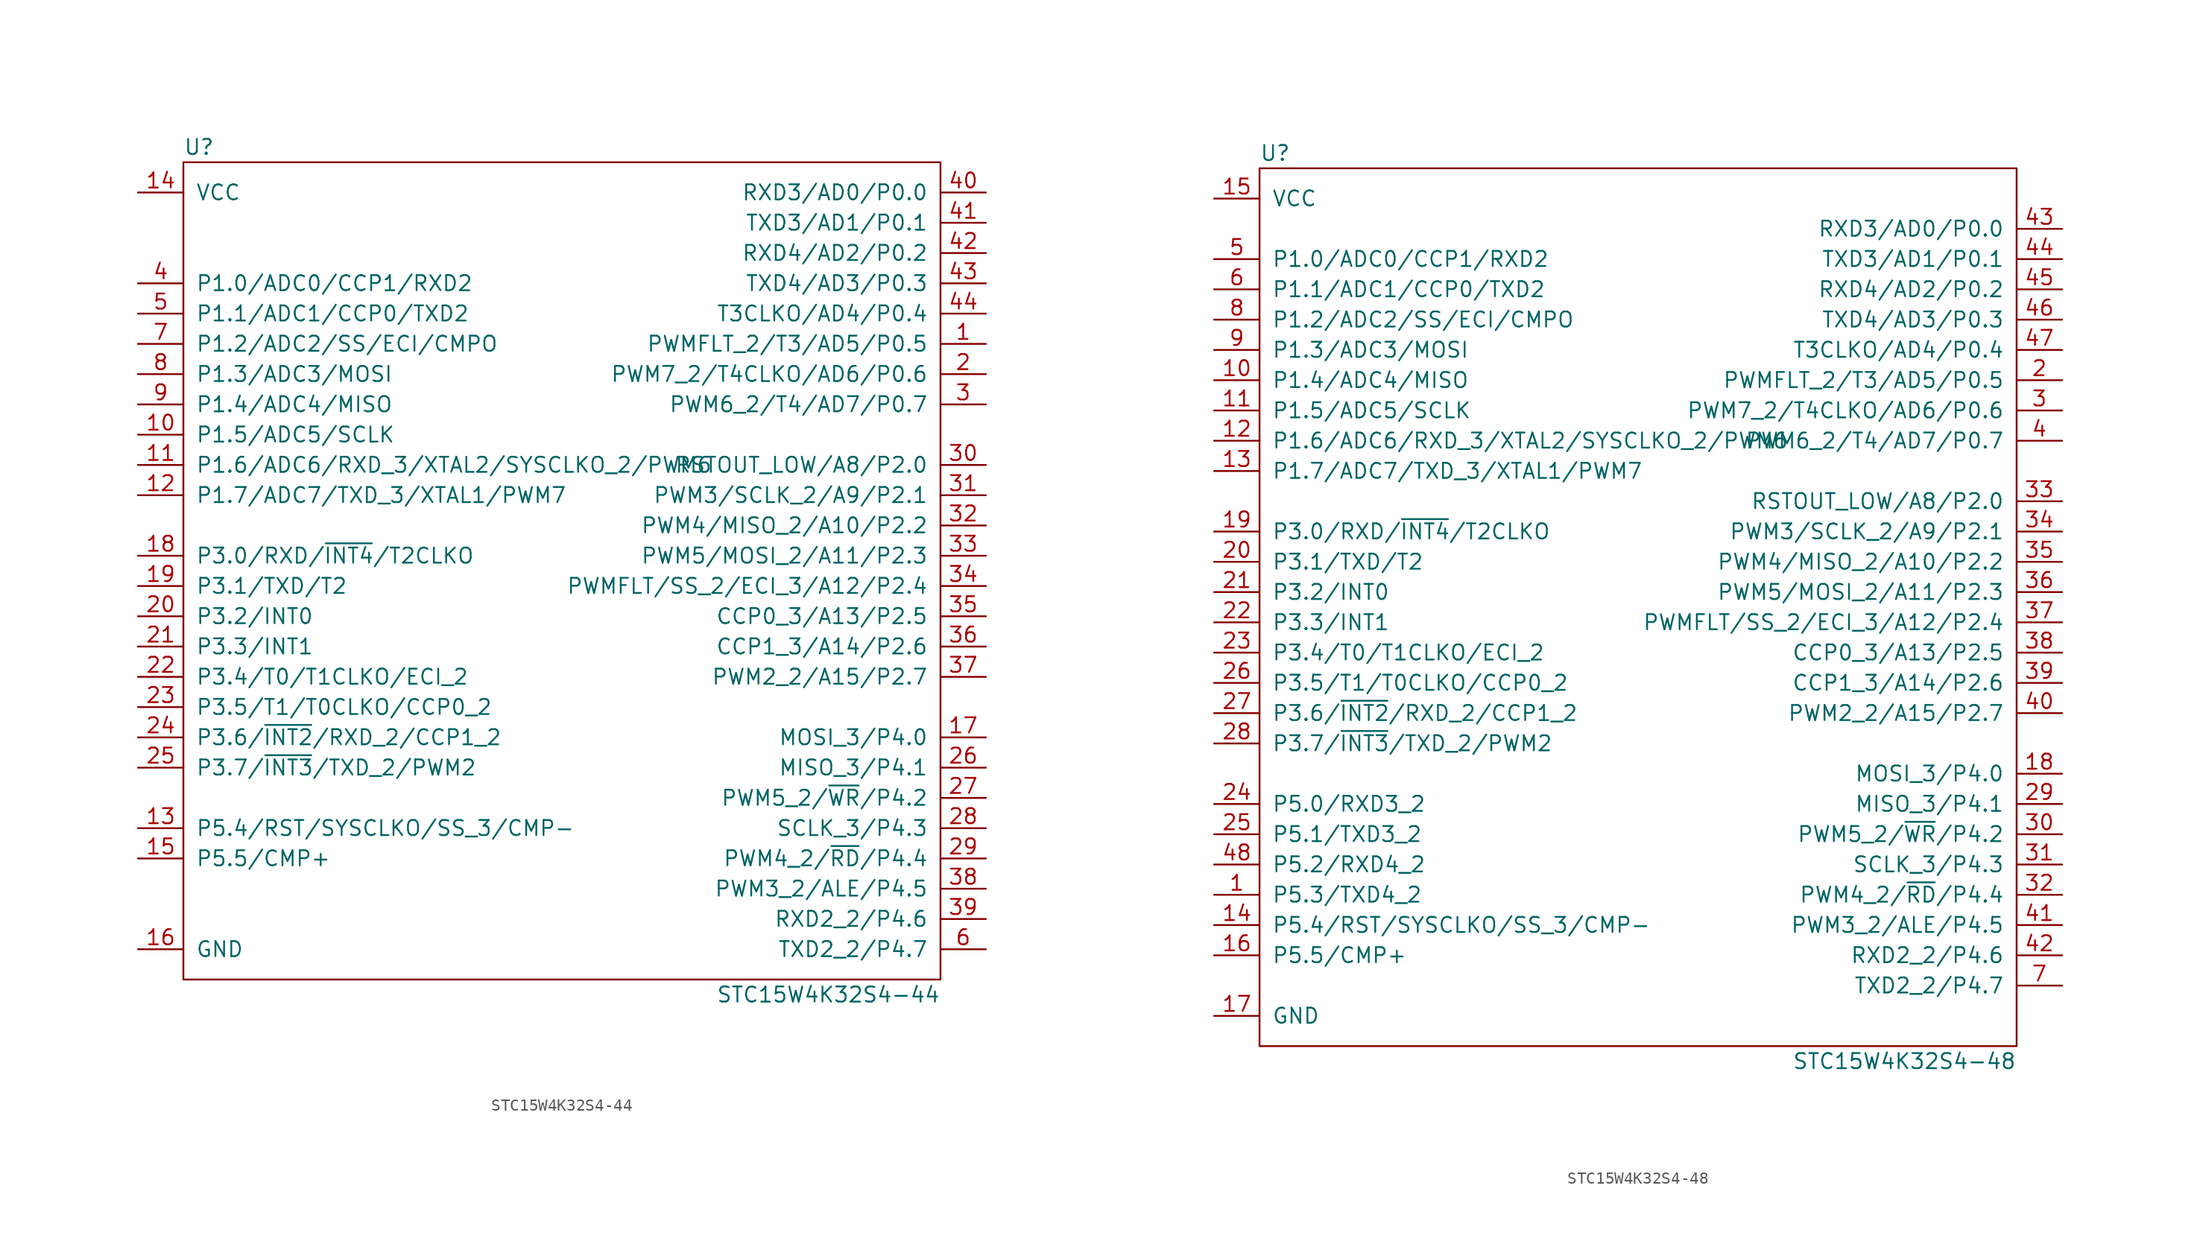
<source format=kicad_sym>
(kicad_symbol_lib
  (version 20211014)
  (generator kicad_symbol_editor)
  (symbol "STC15W4K32S4-44"
    (pin_names
      (offset 1.016))
    (property "Reference" "U"
      (at -31.75 34.29 0)
      (effects (font (size 1.27 1.27)) (justify left)))
    (property "Value" "STC15W4K32S4-44"
      (at 31.75 -36.83 0)
      (effects (font (size 1.27 1.27)) (justify right)))
    (symbol "STC15W4K32S4-44_0_1"
      (rectangle (start -31.75 33.02) (end 31.75 -35.56) (stroke (width 0.152) (type default) (color 0 0 0 0)) (fill (type none))))
    (symbol "STC15W4K32S4-44_1_1"
      (pin tri_state line (at 35.56 17.78 180) (length 3.81) (name "PWMFLT_2/T3/AD5/P0.5" (effects (font (size 1.27 1.27)))) (number "1" (effects (font (size 1.27 1.27)))))
      (pin tri_state line (at -35.56 10.16 0) (length 3.81) (name "P1.5/ADC5/SCLK" (effects (font (size 1.27 1.27)))) (number "10" (effects (font (size 1.27 1.27)))))
      (pin tri_state line (at -35.56 7.62 0) (length 3.81) (name "P1.6/ADC6/RXD_3/XTAL2/SYSCLKO_2/PWM6" (effects (font (size 1.27 1.27)))) (number "11" (effects (font (size 1.27 1.27)))))
      (pin tri_state line (at -35.56 5.08 0) (length 3.81) (name "P1.7/ADC7/TXD_3/XTAL1/PWM7" (effects (font (size 1.27 1.27)))) (number "12" (effects (font (size 1.27 1.27)))))
      (pin tri_state line (at -35.56 -22.86 0) (length 3.81) (name "P5.4/RST/SYSCLKO/SS_3/CMP-" (effects (font (size 1.27 1.27)))) (number "13" (effects (font (size 1.27 1.27)))))
      (pin power_in line (at -35.56 30.48 0) (length 3.81) (name "VCC" (effects (font (size 1.27 1.27)))) (number "14" (effects (font (size 1.27 1.27)))))
      (pin tri_state line (at -35.56 -25.4 0) (length 3.81) (name "P5.5/CMP+" (effects (font (size 1.27 1.27)))) (number "15" (effects (font (size 1.27 1.27)))))
      (pin power_in line (at -35.56 -33.02 0) (length 3.81) (name "GND" (effects (font (size 1.27 1.27)))) (number "16" (effects (font (size 1.27 1.27)))))
      (pin tri_state line (at 35.56 -15.24 180) (length 3.81) (name "MOSI_3/P4.0" (effects (font (size 1.27 1.27)))) (number "17" (effects (font (size 1.27 1.27)))))
      (pin tri_state line (at -35.56 0 0) (length 3.81) (name "P3.0/RXD/~{INT4}/T2CLKO" (effects (font (size 1.27 1.27)))) (number "18" (effects (font (size 1.27 1.27)))))
      (pin tri_state line (at -35.56 -2.54 0) (length 3.81) (name "P3.1/TXD/T2" (effects (font (size 1.27 1.27)))) (number "19" (effects (font (size 1.27 1.27)))))
      (pin tri_state line (at 35.56 15.24 180) (length 3.81) (name "PWM7_2/T4CLKO/AD6/P0.6" (effects (font (size 1.27 1.27)))) (number "2" (effects (font (size 1.27 1.27)))))
      (pin tri_state line (at -35.56 -5.08 0) (length 3.81) (name "P3.2/INT0" (effects (font (size 1.27 1.27)))) (number "20" (effects (font (size 1.27 1.27)))))
      (pin tri_state line (at -35.56 -7.62 0) (length 3.81) (name "P3.3/INT1" (effects (font (size 1.27 1.27)))) (number "21" (effects (font (size 1.27 1.27)))))
      (pin tri_state line (at -35.56 -10.16 0) (length 3.81) (name "P3.4/T0/T1CLKO/ECI_2" (effects (font (size 1.27 1.27)))) (number "22" (effects (font (size 1.27 1.27)))))
      (pin tri_state line (at -35.56 -12.7 0) (length 3.81) (name "P3.5/T1/T0CLKO/CCP0_2" (effects (font (size 1.27 1.27)))) (number "23" (effects (font (size 1.27 1.27)))))
      (pin tri_state line (at -35.56 -15.24 0) (length 3.81) (name "P3.6/~{INT2}/RXD_2/CCP1_2" (effects (font (size 1.27 1.27)))) (number "24" (effects (font (size 1.27 1.27)))))
      (pin tri_state line (at -35.56 -17.78 0) (length 3.81) (name "P3.7/~{INT3}/TXD_2/PWM2" (effects (font (size 1.27 1.27)))) (number "25" (effects (font (size 1.27 1.27)))))
      (pin tri_state line (at 35.56 -17.78 180) (length 3.81) (name "MISO_3/P4.1" (effects (font (size 1.27 1.27)))) (number "26" (effects (font (size 1.27 1.27)))))
      (pin tri_state line (at 35.56 -20.32 180) (length 3.81) (name "PWM5_2/~{WR}/P4.2" (effects (font (size 1.27 1.27)))) (number "27" (effects (font (size 1.27 1.27)))))
      (pin tri_state line (at 35.56 -22.86 180) (length 3.81) (name "SCLK_3/P4.3" (effects (font (size 1.27 1.27)))) (number "28" (effects (font (size 1.27 1.27)))))
      (pin tri_state line (at 35.56 -25.4 180) (length 3.81) (name "PWM4_2/~{RD}/P4.4" (effects (font (size 1.27 1.27)))) (number "29" (effects (font (size 1.27 1.27)))))
      (pin tri_state line (at 35.56 12.7 180) (length 3.81) (name "PWM6_2/T4/AD7/P0.7" (effects (font (size 1.27 1.27)))) (number "3" (effects (font (size 1.27 1.27)))))
      (pin tri_state line (at 35.56 7.62 180) (length 3.81) (name "RSTOUT_LOW/A8/P2.0" (effects (font (size 1.27 1.27)))) (number "30" (effects (font (size 1.27 1.27)))))
      (pin tri_state line (at 35.56 5.08 180) (length 3.81) (name "PWM3/SCLK_2/A9/P2.1" (effects (font (size 1.27 1.27)))) (number "31" (effects (font (size 1.27 1.27)))))
      (pin tri_state line (at 35.56 2.54 180) (length 3.81) (name "PWM4/MISO_2/A10/P2.2" (effects (font (size 1.27 1.27)))) (number "32" (effects (font (size 1.27 1.27)))))
      (pin tri_state line (at 35.56 0 180) (length 3.81) (name "PWM5/MOSI_2/A11/P2.3" (effects (font (size 1.27 1.27)))) (number "33" (effects (font (size 1.27 1.27)))))
      (pin tri_state line (at 35.56 -2.54 180) (length 3.81) (name "PWMFLT/SS_2/ECI_3/A12/P2.4" (effects (font (size 1.27 1.27)))) (number "34" (effects (font (size 1.27 1.27)))))
      (pin tri_state line (at 35.56 -5.08 180) (length 3.81) (name "CCP0_3/A13/P2.5" (effects (font (size 1.27 1.27)))) (number "35" (effects (font (size 1.27 1.27)))))
      (pin tri_state line (at 35.56 -7.62 180) (length 3.81) (name "CCP1_3/A14/P2.6" (effects (font (size 1.27 1.27)))) (number "36" (effects (font (size 1.27 1.27)))))
      (pin tri_state line (at 35.56 -10.16 180) (length 3.81) (name "PWM2_2/A15/P2.7" (effects (font (size 1.27 1.27)))) (number "37" (effects (font (size 1.27 1.27)))))
      (pin tri_state line (at 35.56 -27.94 180) (length 3.81) (name "PWM3_2/ALE/P4.5" (effects (font (size 1.27 1.27)))) (number "38" (effects (font (size 1.27 1.27)))))
      (pin tri_state line (at 35.56 -30.48 180) (length 3.81) (name "RXD2_2/P4.6" (effects (font (size 1.27 1.27)))) (number "39" (effects (font (size 1.27 1.27)))))
      (pin tri_state line (at -35.56 22.86 0) (length 3.81) (name "P1.0/ADC0/CCP1/RXD2" (effects (font (size 1.27 1.27)))) (number "4" (effects (font (size 1.27 1.27)))))
      (pin tri_state line (at 35.56 30.48 180) (length 3.81) (name "RXD3/AD0/P0.0" (effects (font (size 1.27 1.27)))) (number "40" (effects (font (size 1.27 1.27)))))
      (pin tri_state line (at 35.56 27.94 180) (length 3.81) (name "TXD3/AD1/P0.1" (effects (font (size 1.27 1.27)))) (number "41" (effects (font (size 1.27 1.27)))))
      (pin tri_state line (at 35.56 25.4 180) (length 3.81) (name "RXD4/AD2/P0.2" (effects (font (size 1.27 1.27)))) (number "42" (effects (font (size 1.27 1.27)))))
      (pin tri_state line (at 35.56 22.86 180) (length 3.81) (name "TXD4/AD3/P0.3" (effects (font (size 1.27 1.27)))) (number "43" (effects (font (size 1.27 1.27)))))
      (pin tri_state line (at 35.56 20.32 180) (length 3.81) (name "T3CLKO/AD4/P0.4" (effects (font (size 1.27 1.27)))) (number "44" (effects (font (size 1.27 1.27)))))
      (pin tri_state line (at -35.56 20.32 0) (length 3.81) (name "P1.1/ADC1/CCP0/TXD2" (effects (font (size 1.27 1.27)))) (number "5" (effects (font (size 1.27 1.27)))))
      (pin tri_state line (at 35.56 -33.02 180) (length 3.81) (name "TXD2_2/P4.7" (effects (font (size 1.27 1.27)))) (number "6" (effects (font (size 1.27 1.27)))))
      (pin tri_state line (at -35.56 17.78 0) (length 3.81) (name "P1.2/ADC2/SS/ECI/CMPO" (effects (font (size 1.27 1.27)))) (number "7" (effects (font (size 1.27 1.27)))))
      (pin tri_state line (at -35.56 15.24 0) (length 3.81) (name "P1.3/ADC3/MOSI" (effects (font (size 1.27 1.27)))) (number "8" (effects (font (size 1.27 1.27)))))
      (pin tri_state line (at -35.56 12.7 0) (length 3.81) (name "P1.4/ADC4/MISO" (effects (font (size 1.27 1.27)))) (number "9" (effects (font (size 1.27 1.27)))))))
  (symbol "STC15W4K32S4-48"
    (pin_names
      (offset 1.016))
    (property "Reference" "U"
      (at -31.75 36.83 0)
      (effects (font (size 1.27 1.27)) (justify left)))
    (property "Value" "STC15W4K32S4-48"
      (at 31.75 -39.37 0)
      (effects (font (size 1.27 1.27)) (justify right)))
    (symbol "STC15W4K32S4-48_0_1"
      (rectangle (start -31.75 35.56) (end 31.75 -38.1) (stroke (width 0.152) (type default) (color 0 0 0 0)) (fill (type none))))
    (symbol "STC15W4K32S4-48_1_1"
      (pin tri_state line (at -35.56 -25.4 0) (length 3.81) (name "P5.3/TXD4_2" (effects (font (size 1.27 1.27)))) (number "1" (effects (font (size 1.27 1.27)))))
      (pin tri_state line (at -35.56 17.78 0) (length 3.81) (name "P1.4/ADC4/MISO" (effects (font (size 1.27 1.27)))) (number "10" (effects (font (size 1.27 1.27)))))
      (pin tri_state line (at -35.56 15.24 0) (length 3.81) (name "P1.5/ADC5/SCLK" (effects (font (size 1.27 1.27)))) (number "11" (effects (font (size 1.27 1.27)))))
      (pin tri_state line (at -35.56 12.7 0) (length 3.81) (name "P1.6/ADC6/RXD_3/XTAL2/SYSCLKO_2/PWM6" (effects (font (size 1.27 1.27)))) (number "12" (effects (font (size 1.27 1.27)))))
      (pin tri_state line (at -35.56 10.16 0) (length 3.81) (name "P1.7/ADC7/TXD_3/XTAL1/PWM7" (effects (font (size 1.27 1.27)))) (number "13" (effects (font (size 1.27 1.27)))))
      (pin tri_state line (at -35.56 -27.94 0) (length 3.81) (name "P5.4/RST/SYSCLKO/SS_3/CMP-" (effects (font (size 1.27 1.27)))) (number "14" (effects (font (size 1.27 1.27)))))
      (pin power_in line (at -35.56 33.02 0) (length 3.81) (name "VCC" (effects (font (size 1.27 1.27)))) (number "15" (effects (font (size 1.27 1.27)))))
      (pin tri_state line (at -35.56 -30.48 0) (length 3.81) (name "P5.5/CMP+" (effects (font (size 1.27 1.27)))) (number "16" (effects (font (size 1.27 1.27)))))
      (pin power_in line (at -35.56 -35.56 0) (length 3.81) (name "GND" (effects (font (size 1.27 1.27)))) (number "17" (effects (font (size 1.27 1.27)))))
      (pin tri_state line (at 35.56 -15.24 180) (length 3.81) (name "MOSI_3/P4.0" (effects (font (size 1.27 1.27)))) (number "18" (effects (font (size 1.27 1.27)))))
      (pin tri_state line (at -35.56 5.08 0) (length 3.81) (name "P3.0/RXD/~{INT4}/T2CLKO" (effects (font (size 1.27 1.27)))) (number "19" (effects (font (size 1.27 1.27)))))
      (pin tri_state line (at 35.56 17.78 180) (length 3.81) (name "PWMFLT_2/T3/AD5/P0.5" (effects (font (size 1.27 1.27)))) (number "2" (effects (font (size 1.27 1.27)))))
      (pin tri_state line (at -35.56 2.54 0) (length 3.81) (name "P3.1/TXD/T2" (effects (font (size 1.27 1.27)))) (number "20" (effects (font (size 1.27 1.27)))))
      (pin tri_state line (at -35.56 0 0) (length 3.81) (name "P3.2/INT0" (effects (font (size 1.27 1.27)))) (number "21" (effects (font (size 1.27 1.27)))))
      (pin tri_state line (at -35.56 -2.54 0) (length 3.81) (name "P3.3/INT1" (effects (font (size 1.27 1.27)))) (number "22" (effects (font (size 1.27 1.27)))))
      (pin tri_state line (at -35.56 -5.08 0) (length 3.81) (name "P3.4/T0/T1CLKO/ECI_2" (effects (font (size 1.27 1.27)))) (number "23" (effects (font (size 1.27 1.27)))))
      (pin tri_state line (at -35.56 -17.78 0) (length 3.81) (name "P5.0/RXD3_2" (effects (font (size 1.27 1.27)))) (number "24" (effects (font (size 1.27 1.27)))))
      (pin tri_state line (at -35.56 -20.32 0) (length 3.81) (name "P5.1/TXD3_2" (effects (font (size 1.27 1.27)))) (number "25" (effects (font (size 1.27 1.27)))))
      (pin tri_state line (at -35.56 -7.62 0) (length 3.81) (name "P3.5/T1/T0CLKO/CCP0_2" (effects (font (size 1.27 1.27)))) (number "26" (effects (font (size 1.27 1.27)))))
      (pin tri_state line (at -35.56 -10.16 0) (length 3.81) (name "P3.6/~{INT2}/RXD_2/CCP1_2" (effects (font (size 1.27 1.27)))) (number "27" (effects (font (size 1.27 1.27)))))
      (pin tri_state line (at -35.56 -12.7 0) (length 3.81) (name "P3.7/~{INT3}/TXD_2/PWM2" (effects (font (size 1.27 1.27)))) (number "28" (effects (font (size 1.27 1.27)))))
      (pin tri_state line (at 35.56 -17.78 180) (length 3.81) (name "MISO_3/P4.1" (effects (font (size 1.27 1.27)))) (number "29" (effects (font (size 1.27 1.27)))))
      (pin tri_state line (at 35.56 15.24 180) (length 3.81) (name "PWM7_2/T4CLKO/AD6/P0.6" (effects (font (size 1.27 1.27)))) (number "3" (effects (font (size 1.27 1.27)))))
      (pin tri_state line (at 35.56 -20.32 180) (length 3.81) (name "PWM5_2/~{WR}/P4.2" (effects (font (size 1.27 1.27)))) (number "30" (effects (font (size 1.27 1.27)))))
      (pin tri_state line (at 35.56 -22.86 180) (length 3.81) (name "SCLK_3/P4.3" (effects (font (size 1.27 1.27)))) (number "31" (effects (font (size 1.27 1.27)))))
      (pin tri_state line (at 35.56 -25.4 180) (length 3.81) (name "PWM4_2/~{RD}/P4.4" (effects (font (size 1.27 1.27)))) (number "32" (effects (font (size 1.27 1.27)))))
      (pin tri_state line (at 35.56 7.62 180) (length 3.81) (name "RSTOUT_LOW/A8/P2.0" (effects (font (size 1.27 1.27)))) (number "33" (effects (font (size 1.27 1.27)))))
      (pin tri_state line (at 35.56 5.08 180) (length 3.81) (name "PWM3/SCLK_2/A9/P2.1" (effects (font (size 1.27 1.27)))) (number "34" (effects (font (size 1.27 1.27)))))
      (pin tri_state line (at 35.56 2.54 180) (length 3.81) (name "PWM4/MISO_2/A10/P2.2" (effects (font (size 1.27 1.27)))) (number "35" (effects (font (size 1.27 1.27)))))
      (pin tri_state line (at 35.56 0 180) (length 3.81) (name "PWM5/MOSI_2/A11/P2.3" (effects (font (size 1.27 1.27)))) (number "36" (effects (font (size 1.27 1.27)))))
      (pin tri_state line (at 35.56 -2.54 180) (length 3.81) (name "PWMFLT/SS_2/ECI_3/A12/P2.4" (effects (font (size 1.27 1.27)))) (number "37" (effects (font (size 1.27 1.27)))))
      (pin tri_state line (at 35.56 -5.08 180) (length 3.81) (name "CCP0_3/A13/P2.5" (effects (font (size 1.27 1.27)))) (number "38" (effects (font (size 1.27 1.27)))))
      (pin tri_state line (at 35.56 -7.62 180) (length 3.81) (name "CCP1_3/A14/P2.6" (effects (font (size 1.27 1.27)))) (number "39" (effects (font (size 1.27 1.27)))))
      (pin tri_state line (at 35.56 12.7 180) (length 3.81) (name "PWM6_2/T4/AD7/P0.7" (effects (font (size 1.27 1.27)))) (number "4" (effects (font (size 1.27 1.27)))))
      (pin tri_state line (at 35.56 -10.16 180) (length 3.81) (name "PWM2_2/A15/P2.7" (effects (font (size 1.27 1.27)))) (number "40" (effects (font (size 1.27 1.27)))))
      (pin tri_state line (at 35.56 -27.94 180) (length 3.81) (name "PWM3_2/ALE/P4.5" (effects (font (size 1.27 1.27)))) (number "41" (effects (font (size 1.27 1.27)))))
      (pin tri_state line (at 35.56 -30.48 180) (length 3.81) (name "RXD2_2/P4.6" (effects (font (size 1.27 1.27)))) (number "42" (effects (font (size 1.27 1.27)))))
      (pin tri_state line (at 35.56 30.48 180) (length 3.81) (name "RXD3/AD0/P0.0" (effects (font (size 1.27 1.27)))) (number "43" (effects (font (size 1.27 1.27)))))
      (pin tri_state line (at 35.56 27.94 180) (length 3.81) (name "TXD3/AD1/P0.1" (effects (font (size 1.27 1.27)))) (number "44" (effects (font (size 1.27 1.27)))))
      (pin tri_state line (at 35.56 25.4 180) (length 3.81) (name "RXD4/AD2/P0.2" (effects (font (size 1.27 1.27)))) (number "45" (effects (font (size 1.27 1.27)))))
      (pin tri_state line (at 35.56 22.86 180) (length 3.81) (name "TXD4/AD3/P0.3" (effects (font (size 1.27 1.27)))) (number "46" (effects (font (size 1.27 1.27)))))
      (pin tri_state line (at 35.56 20.32 180) (length 3.81) (name "T3CLKO/AD4/P0.4" (effects (font (size 1.27 1.27)))) (number "47" (effects (font (size 1.27 1.27)))))
      (pin tri_state line (at -35.56 -22.86 0) (length 3.81) (name "P5.2/RXD4_2" (effects (font (size 1.27 1.27)))) (number "48" (effects (font (size 1.27 1.27)))))
      (pin tri_state line (at -35.56 27.94 0) (length 3.81) (name "P1.0/ADC0/CCP1/RXD2" (effects (font (size 1.27 1.27)))) (number "5" (effects (font (size 1.27 1.27)))))
      (pin tri_state line (at -35.56 25.4 0) (length 3.81) (name "P1.1/ADC1/CCP0/TXD2" (effects (font (size 1.27 1.27)))) (number "6" (effects (font (size 1.27 1.27)))))
      (pin tri_state line (at 35.56 -33.02 180) (length 3.81) (name "TXD2_2/P4.7" (effects (font (size 1.27 1.27)))) (number "7" (effects (font (size 1.27 1.27)))))
      (pin tri_state line (at -35.56 22.86 0) (length 3.81) (name "P1.2/ADC2/SS/ECI/CMPO" (effects (font (size 1.27 1.27)))) (number "8" (effects (font (size 1.27 1.27)))))
      (pin tri_state line (at -35.56 20.32 0) (length 3.81) (name "P1.3/ADC3/MOSI" (effects (font (size 1.27 1.27)))) (number "9" (effects (font (size 1.27 1.27))))))))
</source>
